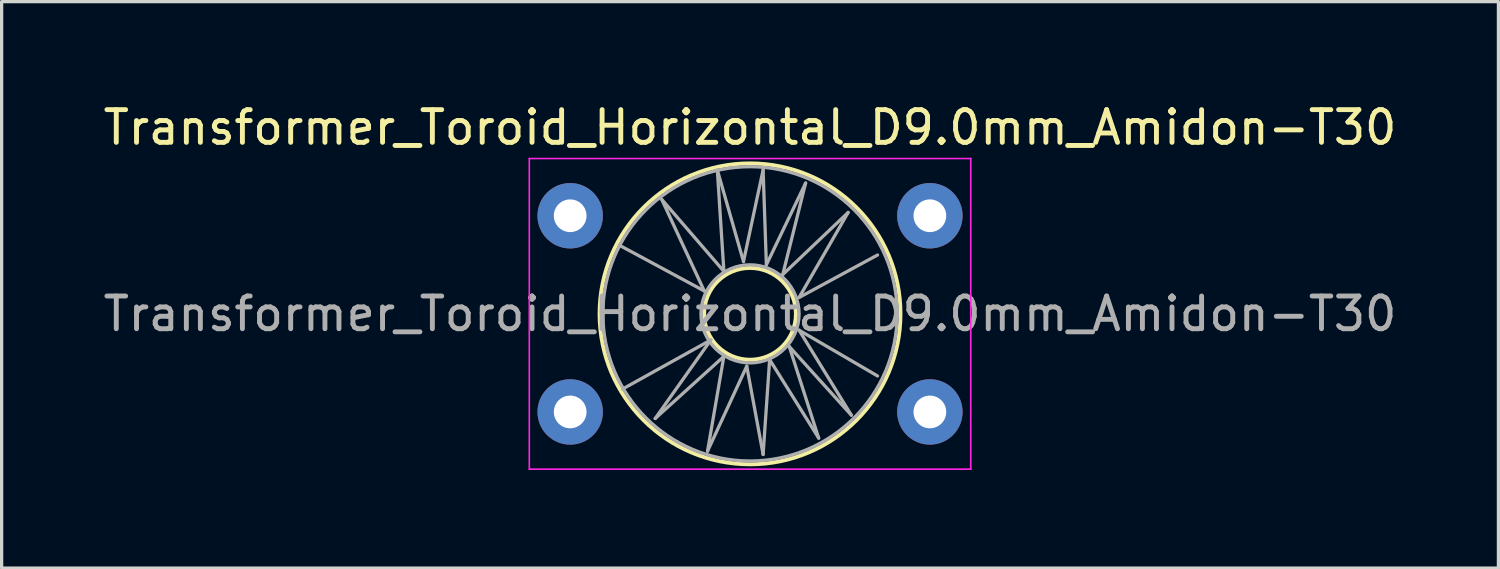
<source format=kicad_pcb>
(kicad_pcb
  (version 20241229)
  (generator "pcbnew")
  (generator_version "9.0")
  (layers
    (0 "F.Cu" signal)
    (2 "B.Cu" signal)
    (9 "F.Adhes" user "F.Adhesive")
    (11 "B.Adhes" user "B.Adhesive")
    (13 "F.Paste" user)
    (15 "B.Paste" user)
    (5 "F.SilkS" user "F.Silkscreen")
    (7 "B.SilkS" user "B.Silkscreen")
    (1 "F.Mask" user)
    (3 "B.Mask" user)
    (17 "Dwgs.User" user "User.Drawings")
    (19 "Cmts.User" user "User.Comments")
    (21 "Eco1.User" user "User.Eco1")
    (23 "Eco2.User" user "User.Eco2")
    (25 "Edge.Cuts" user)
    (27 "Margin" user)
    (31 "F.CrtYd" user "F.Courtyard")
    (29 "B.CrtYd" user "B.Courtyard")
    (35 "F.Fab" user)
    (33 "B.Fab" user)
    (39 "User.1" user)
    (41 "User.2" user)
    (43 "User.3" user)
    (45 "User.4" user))
  (footprint "Transformer_Toroid_Horizontal_D9.0mm_Amidon-T30"
    (layer "F.Cu")
    (at 14.387 9.548)
    (property "Reference" "Transformer_Toroid_Horizontal_D9.0mm_Amidon-T30" (at 5.5 -8.7 0) (layer "F.SilkS") (effects (font (size 1 1) (thickness 0.15))))
    (attr through_hole)
    (fp_circle (center 5.5 -3) (end 6.9 -3.1) (stroke (width 0.12) (type solid)) (fill no) (layer "F.SilkS"))
    (fp_circle (center 5.5 -3) (end 10.1 -3.1) (stroke (width 0.12) (type solid)) (fill no) (layer "F.SilkS"))
    (fp_line (start -1.25 -7.75) (end -1.25 1.75) (stroke (width 0.05) (type solid)) (layer "F.CrtYd"))
    (fp_line (start -1.25 -7.75) (end 12.25 -7.75) (stroke (width 0.05) (type solid)) (layer "F.CrtYd"))
    (fp_line (start 12.25 1.75) (end -1.25 1.75) (stroke (width 0.05) (type solid)) (layer "F.CrtYd"))
    (fp_line (start 12.25 1.75) (end 12.25 -7.75) (stroke (width 0.05) (type solid)) (layer "F.CrtYd"))
    (fp_line (start 1.5 -5.1) (end 4.1 -3.7) (stroke (width 0.1) (type solid)) (layer "F.Fab"))
    (fp_line (start 1.6 -0.7) (end 4.3 -2.2) (stroke (width 0.1) (type solid)) (layer "F.Fab"))
    (fp_line (start 2.6 0.2) (end 4.7 -1.7) (stroke (width 0.1) (type solid)) (layer "F.Fab"))
    (fp_line (start 2.8 -6.5) (end 4.7 -4.3) (stroke (width 0.1) (type solid)) (layer "F.Fab"))
    (fp_line (start 4.1 -3.7) (end 2.8 -6.5) (stroke (width 0.1) (type solid)) (layer "F.Fab"))
    (fp_line (start 4.2 1.2) (end 5.4 -1.4) (stroke (width 0.1) (type solid)) (layer "F.Fab"))
    (fp_line (start 4.3 -2.2) (end 2.6 0.2) (stroke (width 0.1) (type solid)) (layer "F.Fab"))
    (fp_line (start 4.5 -7.4) (end 5.3 -4.6) (stroke (width 0.1) (type solid)) (layer "F.Fab"))
    (fp_line (start 4.7 -4.3) (end 4.5 -7.4) (stroke (width 0.1) (type solid)) (layer "F.Fab"))
    (fp_line (start 4.7 -1.7) (end 4.2 1.2) (stroke (width 0.1) (type solid)) (layer "F.Fab"))
    (fp_line (start 5.3 -4.6) (end 5.9 -7.4) (stroke (width 0.1) (type solid)) (layer "F.Fab"))
    (fp_line (start 5.4 -1.4) (end 5.9 1.3) (stroke (width 0.1) (type solid)) (layer "F.Fab"))
    (fp_line (start 5.9 -7.4) (end 6 -4.5) (stroke (width 0.1) (type solid)) (layer "F.Fab"))
    (fp_line (start 5.9 1.3) (end 6.1 -1.6) (stroke (width 0.1) (type solid)) (layer "F.Fab"))
    (fp_line (start 6 -4.5) (end 7.2 -7) (stroke (width 0.1) (type solid)) (layer "F.Fab"))
    (fp_line (start 6.1 -1.6) (end 7.6 0.8) (stroke (width 0.1) (type solid)) (layer "F.Fab"))
    (fp_line (start 6.5 -4.2) (end 8.5 -6.1) (stroke (width 0.1) (type solid)) (layer "F.Fab"))
    (fp_line (start 6.7 -2) (end 8.6 0.1) (stroke (width 0.1) (type solid)) (layer "F.Fab"))
    (fp_line (start 7 -3.5) (end 9.4 -4.8) (stroke (width 0.1) (type solid)) (layer "F.Fab"))
    (fp_line (start 7 -2.5) (end 9.4 -1.1) (stroke (width 0.1) (type solid)) (layer "F.Fab"))
    (fp_line (start 7.2 -7) (end 6.5 -4.2) (stroke (width 0.1) (type solid)) (layer "F.Fab"))
    (fp_line (start 7.6 0.8) (end 6.7 -2) (stroke (width 0.1) (type solid)) (layer "F.Fab"))
    (fp_line (start 8.5 -6.1) (end 7 -3.5) (stroke (width 0.1) (type solid)) (layer "F.Fab"))
    (fp_line (start 8.6 0.1) (end 7 -2.5) (stroke (width 0.1) (type solid)) (layer "F.Fab"))
    (fp_circle (center 5.5 -3) (end 7 -3) (stroke (width 0.1) (type solid)) (fill no) (layer "F.Fab"))
    (fp_circle (center 5.5 -3) (end 10 -3) (stroke (width 0.1) (type solid)) (fill no) (layer "F.Fab"))
    (fp_text user "${REFERENCE}" (at 5.5 -3 0) (layer "F.Fab") (effects (font (size 1 1) (thickness 0.15))))
    (pad "1" thru_hole circle (at 0 0) (size 2 2) (drill 1) (layers "*.Cu" "*.Mask"))
    (pad "2" thru_hole circle (at 11 0) (size 2 2) (drill 1) (layers "*.Cu" "*.Mask"))
    (pad "3" thru_hole circle (at 0 -6) (size 2 2) (drill 1) (layers "*.Cu" "*.Mask"))
    (pad "4" thru_hole circle (at 11 -6) (size 2 2) (drill 1) (layers "*.Cu" "*.Mask")))
  (gr_rect
    (start -3 -3)
    (end 42.774 14.323)
    (stroke (width 0.1) (type default))
    (fill no)
    (layer "Edge.Cuts")))
</source>
